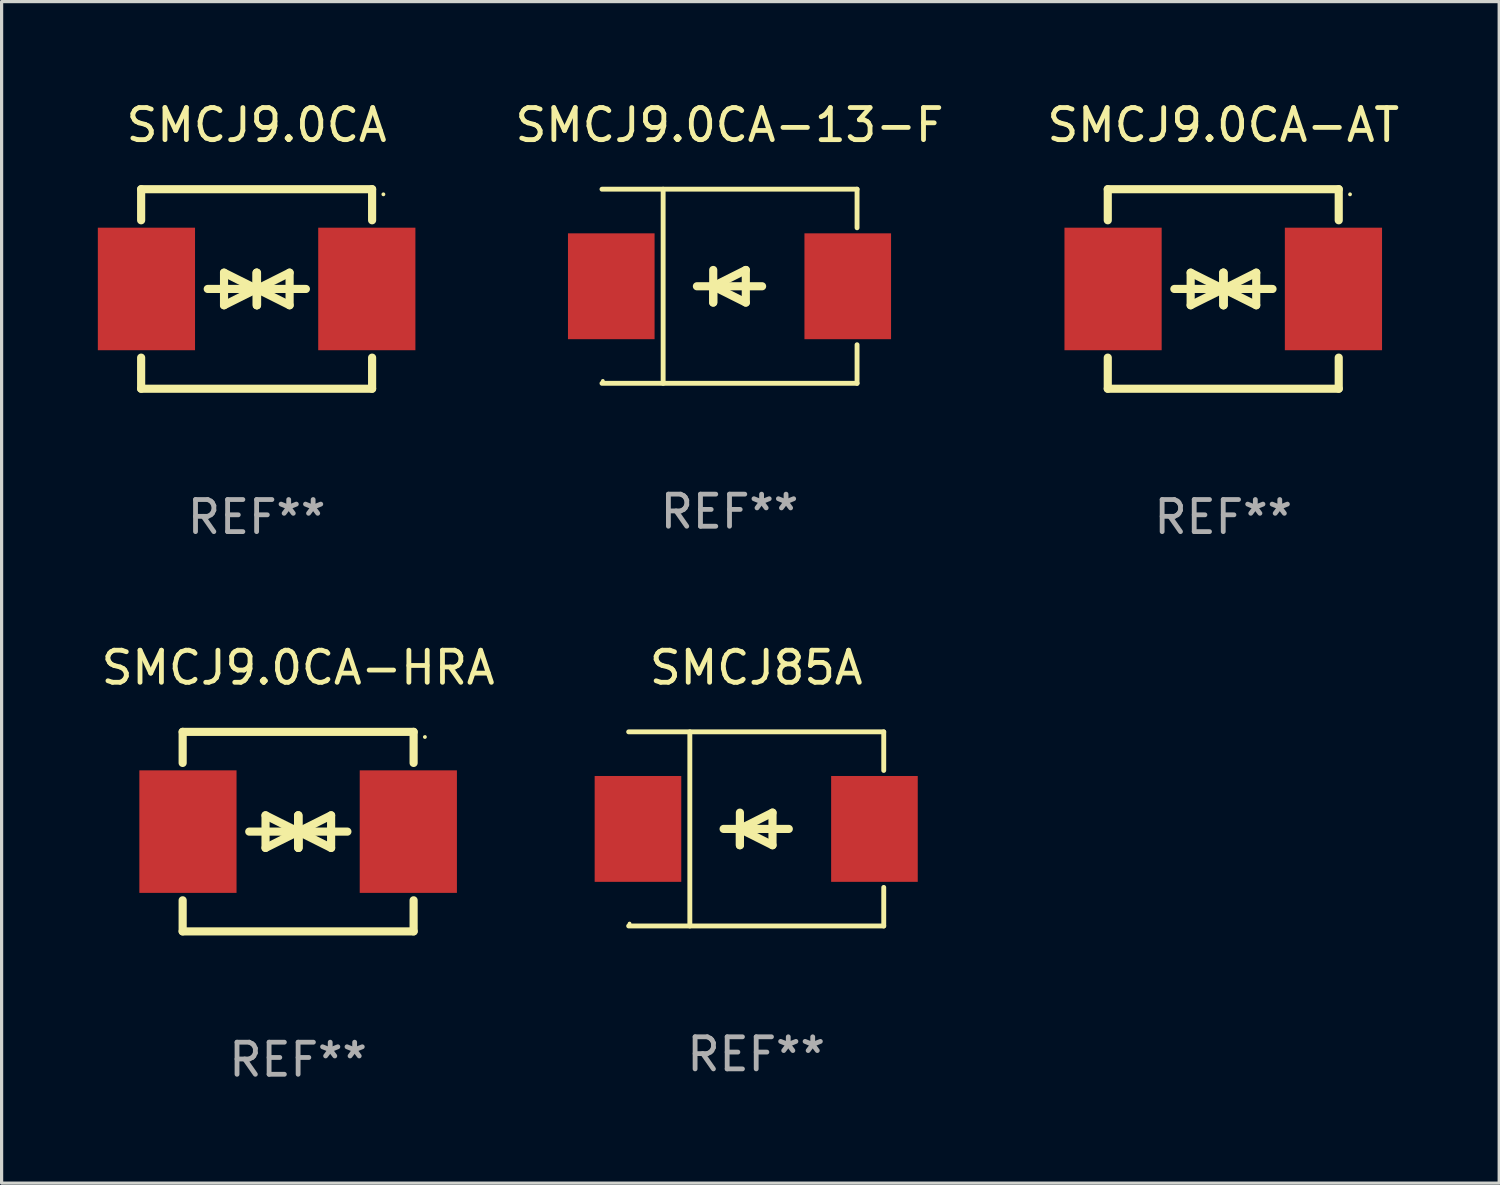
<source format=kicad_pcb>
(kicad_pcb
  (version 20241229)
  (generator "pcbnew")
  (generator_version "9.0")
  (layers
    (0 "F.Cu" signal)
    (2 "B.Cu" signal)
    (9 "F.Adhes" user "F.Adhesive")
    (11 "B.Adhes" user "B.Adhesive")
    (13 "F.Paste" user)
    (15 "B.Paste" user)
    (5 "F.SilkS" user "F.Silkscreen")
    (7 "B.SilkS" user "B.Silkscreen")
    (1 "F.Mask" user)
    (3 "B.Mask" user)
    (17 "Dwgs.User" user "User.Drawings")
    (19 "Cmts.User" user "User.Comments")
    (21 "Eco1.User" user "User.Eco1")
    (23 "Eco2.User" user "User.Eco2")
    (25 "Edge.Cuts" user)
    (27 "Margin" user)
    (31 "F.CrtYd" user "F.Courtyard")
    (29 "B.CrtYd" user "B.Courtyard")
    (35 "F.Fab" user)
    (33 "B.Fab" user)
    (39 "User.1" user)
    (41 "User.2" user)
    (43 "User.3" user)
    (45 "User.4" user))
  (footprint "SMCJ9.0CA-AT"
    (layer "F.Cu")
    (at 35.084 5.958)
    (property "Reference" "SMCJ9.0CA-AT" (at 0 -5.11 0) (layer "F.SilkS") (effects (font (size 1 1) (thickness 0.15))))
    (attr through_hole)
    (fp_line (start -3.6 -2.141) (end -3.6 -3.11) (stroke (width 0.254) (type solid)) (layer "F.SilkS"))
    (fp_line (start -3.6 3.11) (end -3.6 2.141) (stroke (width 0.254) (type solid)) (layer "F.SilkS"))
    (fp_line (start -1.524 0) (end 0.508 0) (stroke (width 0.254) (type solid)) (layer "F.SilkS"))
    (fp_line (start -1.016 -0.508) (end -1.016 0.508) (stroke (width 0.254) (type solid)) (layer "F.SilkS"))
    (fp_line (start -1.016 0.508) (end 0 0) (stroke (width 0.254) (type solid)) (layer "F.SilkS"))
    (fp_line (start 0 -0.508) (end 0 0.508) (stroke (width 0.254) (type solid)) (layer "F.SilkS"))
    (fp_line (start 0 0) (end -1.016 -0.508) (stroke (width 0.254) (type solid)) (layer "F.SilkS"))
    (fp_line (start 0 0) (end 0 -0.508) (stroke (width 0.254) (type solid)) (layer "F.SilkS"))
    (fp_line (start 0.012 0) (end 0.012 0.508) (stroke (width 0.254) (type solid)) (layer "F.SilkS"))
    (fp_line (start 0.012 0) (end 1.028 0.508) (stroke (width 0.254) (type solid)) (layer "F.SilkS"))
    (fp_line (start 0.012 0.508) (end 0.012 -0.508) (stroke (width 0.254) (type solid)) (layer "F.SilkS"))
    (fp_line (start 1.028 -0.508) (end 0.012 0) (stroke (width 0.254) (type solid)) (layer "F.SilkS"))
    (fp_line (start 1.028 0.508) (end 1.028 -0.508) (stroke (width 0.254) (type solid)) (layer "F.SilkS"))
    (fp_line (start 1.536 0) (end -0.496 0) (stroke (width 0.254) (type solid)) (layer "F.SilkS"))
    (fp_line (start 3.6 -3.11) (end -3.6 -3.11) (stroke (width 0.254) (type solid)) (layer "F.SilkS"))
    (fp_line (start 3.6 -2.141) (end 3.6 -3.11) (stroke (width 0.254) (type solid)) (layer "F.SilkS"))
    (fp_line (start 3.6 3.11) (end -3.6 3.11) (stroke (width 0.254) (type solid)) (layer "F.SilkS"))
    (fp_line (start 3.6 3.11) (end 3.6 2.141) (stroke (width 0.254) (type solid)) (layer "F.SilkS"))
    (fp_circle (center 3.952 -2.95) (end 3.982 -2.95) (stroke (width 0.06) (type solid)) (fill no) (layer "F.SilkS"))
    (fp_text user "REF**" (at 0 7.11 0) (layer "F.Fab") (effects (font (size 1 1) (thickness 0.15))))
    (pad "1" smd rect (at 3.435 0) (size 3.03 3.82) (layers "F.Cu" "F.Mask" "F.Paste"))
    (pad "2" smd rect (at -3.435 0) (size 3.03 3.82) (layers "F.Cu" "F.Mask" "F.Paste")))
  (footprint "SMCJ85A"
    (layer "F.Cu")
    (at 20.524 22.791)
    (property "Reference" "SMCJ85A" (at 0 -5.026 0) (layer "F.SilkS") (effects (font (size 1 1) (thickness 0.15))))
    (attr through_hole)
    (fp_line (start -3.976 -3.026) (end 3.976 -3.026) (stroke (width 0.152) (type solid)) (layer "F.SilkS"))
    (fp_line (start -3.976 3.026) (end 3.976 3.026) (stroke (width 0.152) (type solid)) (layer "F.SilkS"))
    (fp_line (start -2.069 -3.026) (end -2.069 3.026) (stroke (width 0.152) (type solid)) (layer "F.SilkS"))
    (fp_line (start -0.508 0) (end -0.508 0.508) (stroke (width 0.254) (type solid)) (layer "F.SilkS"))
    (fp_line (start -0.508 0) (end 0.508 0.508) (stroke (width 0.254) (type solid)) (layer "F.SilkS"))
    (fp_line (start -0.508 0.508) (end -0.508 -0.508) (stroke (width 0.254) (type solid)) (layer "F.SilkS"))
    (fp_line (start 0.508 -0.508) (end -0.508 0) (stroke (width 0.254) (type solid)) (layer "F.SilkS"))
    (fp_line (start 0.508 0.508) (end 0.508 -0.508) (stroke (width 0.254) (type solid)) (layer "F.SilkS"))
    (fp_line (start 1.016 0) (end -1.016 0) (stroke (width 0.254) (type solid)) (layer "F.SilkS"))
    (fp_line (start 3.976 -3.026) (end 3.976 -1.823) (stroke (width 0.152) (type solid)) (layer "F.SilkS"))
    (fp_line (start 3.976 3.026) (end 3.976 1.823) (stroke (width 0.152) (type solid)) (layer "F.SilkS"))
    (fp_circle (center -3.95 2.95) (end -3.92 2.95) (stroke (width 0.06) (type solid)) (fill no) (layer "F.SilkS"))
    (fp_text user "REF**" (at 0 7.026 0) (layer "F.Fab") (effects (font (size 1 1) (thickness 0.15))))
    (pad "1" smd rect (at -3.686 0) (size 2.7 3.3) (layers "F.Cu" "F.Mask" "F.Paste"))
    (pad "2" smd rect (at 3.686 0) (size 2.7 3.3) (layers "F.Cu" "F.Mask" "F.Paste")))
  (footprint "SMCJ9.0CA-13-F"
    (layer "F.Cu")
    (at 19.692 5.874)
    (property "Reference" "SMCJ9.0CA-13-F" (at 0 -5.026 0) (layer "F.SilkS") (effects (font (size 1 1) (thickness 0.15))))
    (attr through_hole)
    (fp_line (start -3.976 -3.026) (end 3.976 -3.026) (stroke (width 0.152) (type solid)) (layer "F.SilkS"))
    (fp_line (start -3.976 3.026) (end 3.976 3.026) (stroke (width 0.152) (type solid)) (layer "F.SilkS"))
    (fp_line (start -2.069 -3.026) (end -2.069 3.026) (stroke (width 0.152) (type solid)) (layer "F.SilkS"))
    (fp_line (start -0.508 0) (end -0.508 0.508) (stroke (width 0.254) (type solid)) (layer "F.SilkS"))
    (fp_line (start -0.508 0) (end 0.508 0.508) (stroke (width 0.254) (type solid)) (layer "F.SilkS"))
    (fp_line (start -0.508 0.508) (end -0.508 -0.508) (stroke (width 0.254) (type solid)) (layer "F.SilkS"))
    (fp_line (start 0.508 -0.508) (end -0.508 0) (stroke (width 0.254) (type solid)) (layer "F.SilkS"))
    (fp_line (start 0.508 0.508) (end 0.508 -0.508) (stroke (width 0.254) (type solid)) (layer "F.SilkS"))
    (fp_line (start 1.016 0) (end -1.016 0) (stroke (width 0.254) (type solid)) (layer "F.SilkS"))
    (fp_line (start 3.976 -3.026) (end 3.976 -1.823) (stroke (width 0.152) (type solid)) (layer "F.SilkS"))
    (fp_line (start 3.976 3.026) (end 3.976 1.823) (stroke (width 0.152) (type solid)) (layer "F.SilkS"))
    (fp_circle (center -3.95 2.95) (end -3.92 2.95) (stroke (width 0.06) (type solid)) (fill no) (layer "F.SilkS"))
    (fp_text user "REF**" (at 0 7.026 0) (layer "F.Fab") (effects (font (size 1 1) (thickness 0.15))))
    (pad "1" smd rect (at -3.686 0) (size 2.7 3.3) (layers "F.Cu" "F.Mask" "F.Paste"))
    (pad "2" smd rect (at 3.686 0) (size 2.7 3.3) (layers "F.Cu" "F.Mask" "F.Paste")))
  (footprint "SMCJ9.0CA"
    (layer "F.Cu")
    (at 4.95 5.958)
    (property "Reference" "SMCJ9.0CA" (at 0 -5.11 0) (layer "F.SilkS") (effects (font (size 1 1) (thickness 0.15))))
    (attr through_hole)
    (fp_line (start -3.6 -2.141) (end -3.6 -3.11) (stroke (width 0.254) (type solid)) (layer "F.SilkS"))
    (fp_line (start -3.6 3.11) (end -3.6 2.141) (stroke (width 0.254) (type solid)) (layer "F.SilkS"))
    (fp_line (start -1.524 0) (end 0.508 0) (stroke (width 0.254) (type solid)) (layer "F.SilkS"))
    (fp_line (start -1.016 -0.508) (end -1.016 0.508) (stroke (width 0.254) (type solid)) (layer "F.SilkS"))
    (fp_line (start -1.016 0.508) (end 0 0) (stroke (width 0.254) (type solid)) (layer "F.SilkS"))
    (fp_line (start 0 -0.508) (end 0 0.508) (stroke (width 0.254) (type solid)) (layer "F.SilkS"))
    (fp_line (start 0 0) (end -1.016 -0.508) (stroke (width 0.254) (type solid)) (layer "F.SilkS"))
    (fp_line (start 0 0) (end 0 -0.508) (stroke (width 0.254) (type solid)) (layer "F.SilkS"))
    (fp_line (start 0.012 0) (end 0.012 0.508) (stroke (width 0.254) (type solid)) (layer "F.SilkS"))
    (fp_line (start 0.012 0) (end 1.028 0.508) (stroke (width 0.254) (type solid)) (layer "F.SilkS"))
    (fp_line (start 0.012 0.508) (end 0.012 -0.508) (stroke (width 0.254) (type solid)) (layer "F.SilkS"))
    (fp_line (start 1.028 -0.508) (end 0.012 0) (stroke (width 0.254) (type solid)) (layer "F.SilkS"))
    (fp_line (start 1.028 0.508) (end 1.028 -0.508) (stroke (width 0.254) (type solid)) (layer "F.SilkS"))
    (fp_line (start 1.536 0) (end -0.496 0) (stroke (width 0.254) (type solid)) (layer "F.SilkS"))
    (fp_line (start 3.6 -3.11) (end -3.6 -3.11) (stroke (width 0.254) (type solid)) (layer "F.SilkS"))
    (fp_line (start 3.6 -2.141) (end 3.6 -3.11) (stroke (width 0.254) (type solid)) (layer "F.SilkS"))
    (fp_line (start 3.6 3.11) (end -3.6 3.11) (stroke (width 0.254) (type solid)) (layer "F.SilkS"))
    (fp_line (start 3.6 3.11) (end 3.6 2.141) (stroke (width 0.254) (type solid)) (layer "F.SilkS"))
    (fp_circle (center 3.952 -2.95) (end 3.982 -2.95) (stroke (width 0.06) (type solid)) (fill no) (layer "F.SilkS"))
    (fp_text user "REF**" (at 0 7.11 0) (layer "F.Fab") (effects (font (size 1 1) (thickness 0.15))))
    (pad "1" smd rect (at 3.435 0) (size 3.03 3.82) (layers "F.Cu" "F.Mask" "F.Paste"))
    (pad "2" smd rect (at -3.435 0) (size 3.03 3.82) (layers "F.Cu" "F.Mask" "F.Paste")))
  (footprint "SMCJ9.0CA-HRA"
    (layer "F.Cu")
    (at 6.244 22.875)
    (property "Reference" "SMCJ9.0CA-HRA" (at 0 -5.11 0) (layer "F.SilkS") (effects (font (size 1 1) (thickness 0.15))))
    (attr through_hole)
    (fp_line (start -3.6 -2.141) (end -3.6 -3.11) (stroke (width 0.254) (type solid)) (layer "F.SilkS"))
    (fp_line (start -3.6 3.11) (end -3.6 2.141) (stroke (width 0.254) (type solid)) (layer "F.SilkS"))
    (fp_line (start -1.524 0) (end 0.508 0) (stroke (width 0.254) (type solid)) (layer "F.SilkS"))
    (fp_line (start -1.016 -0.508) (end -1.016 0.508) (stroke (width 0.254) (type solid)) (layer "F.SilkS"))
    (fp_line (start -1.016 0.508) (end 0 0) (stroke (width 0.254) (type solid)) (layer "F.SilkS"))
    (fp_line (start 0 -0.508) (end 0 0.508) (stroke (width 0.254) (type solid)) (layer "F.SilkS"))
    (fp_line (start 0 0) (end -1.016 -0.508) (stroke (width 0.254) (type solid)) (layer "F.SilkS"))
    (fp_line (start 0 0) (end 0 -0.508) (stroke (width 0.254) (type solid)) (layer "F.SilkS"))
    (fp_line (start 0.012 0) (end 0.012 0.508) (stroke (width 0.254) (type solid)) (layer "F.SilkS"))
    (fp_line (start 0.012 0) (end 1.028 0.508) (stroke (width 0.254) (type solid)) (layer "F.SilkS"))
    (fp_line (start 0.012 0.508) (end 0.012 -0.508) (stroke (width 0.254) (type solid)) (layer "F.SilkS"))
    (fp_line (start 1.028 -0.508) (end 0.012 0) (stroke (width 0.254) (type solid)) (layer "F.SilkS"))
    (fp_line (start 1.028 0.508) (end 1.028 -0.508) (stroke (width 0.254) (type solid)) (layer "F.SilkS"))
    (fp_line (start 1.536 0) (end -0.496 0) (stroke (width 0.254) (type solid)) (layer "F.SilkS"))
    (fp_line (start 3.6 -3.11) (end -3.6 -3.11) (stroke (width 0.254) (type solid)) (layer "F.SilkS"))
    (fp_line (start 3.6 -2.141) (end 3.6 -3.11) (stroke (width 0.254) (type solid)) (layer "F.SilkS"))
    (fp_line (start 3.6 3.11) (end -3.6 3.11) (stroke (width 0.254) (type solid)) (layer "F.SilkS"))
    (fp_line (start 3.6 3.11) (end 3.6 2.141) (stroke (width 0.254) (type solid)) (layer "F.SilkS"))
    (fp_circle (center 3.952 -2.95) (end 3.982 -2.95) (stroke (width 0.06) (type solid)) (fill no) (layer "F.SilkS"))
    (fp_text user "REF**" (at 0 7.11 0) (layer "F.Fab") (effects (font (size 1 1) (thickness 0.15))))
    (pad "1" smd rect (at 3.435 0) (size 3.03 3.82) (layers "F.Cu" "F.Mask" "F.Paste"))
    (pad "2" smd rect (at -3.435 0) (size 3.03 3.82) (layers "F.Cu" "F.Mask" "F.Paste")))
  (gr_rect
    (start -3 -3)
    (end 43.686 33.833)
    (stroke (width 0.1) (type default))
    (fill no)
    (layer "Edge.Cuts")))
</source>
